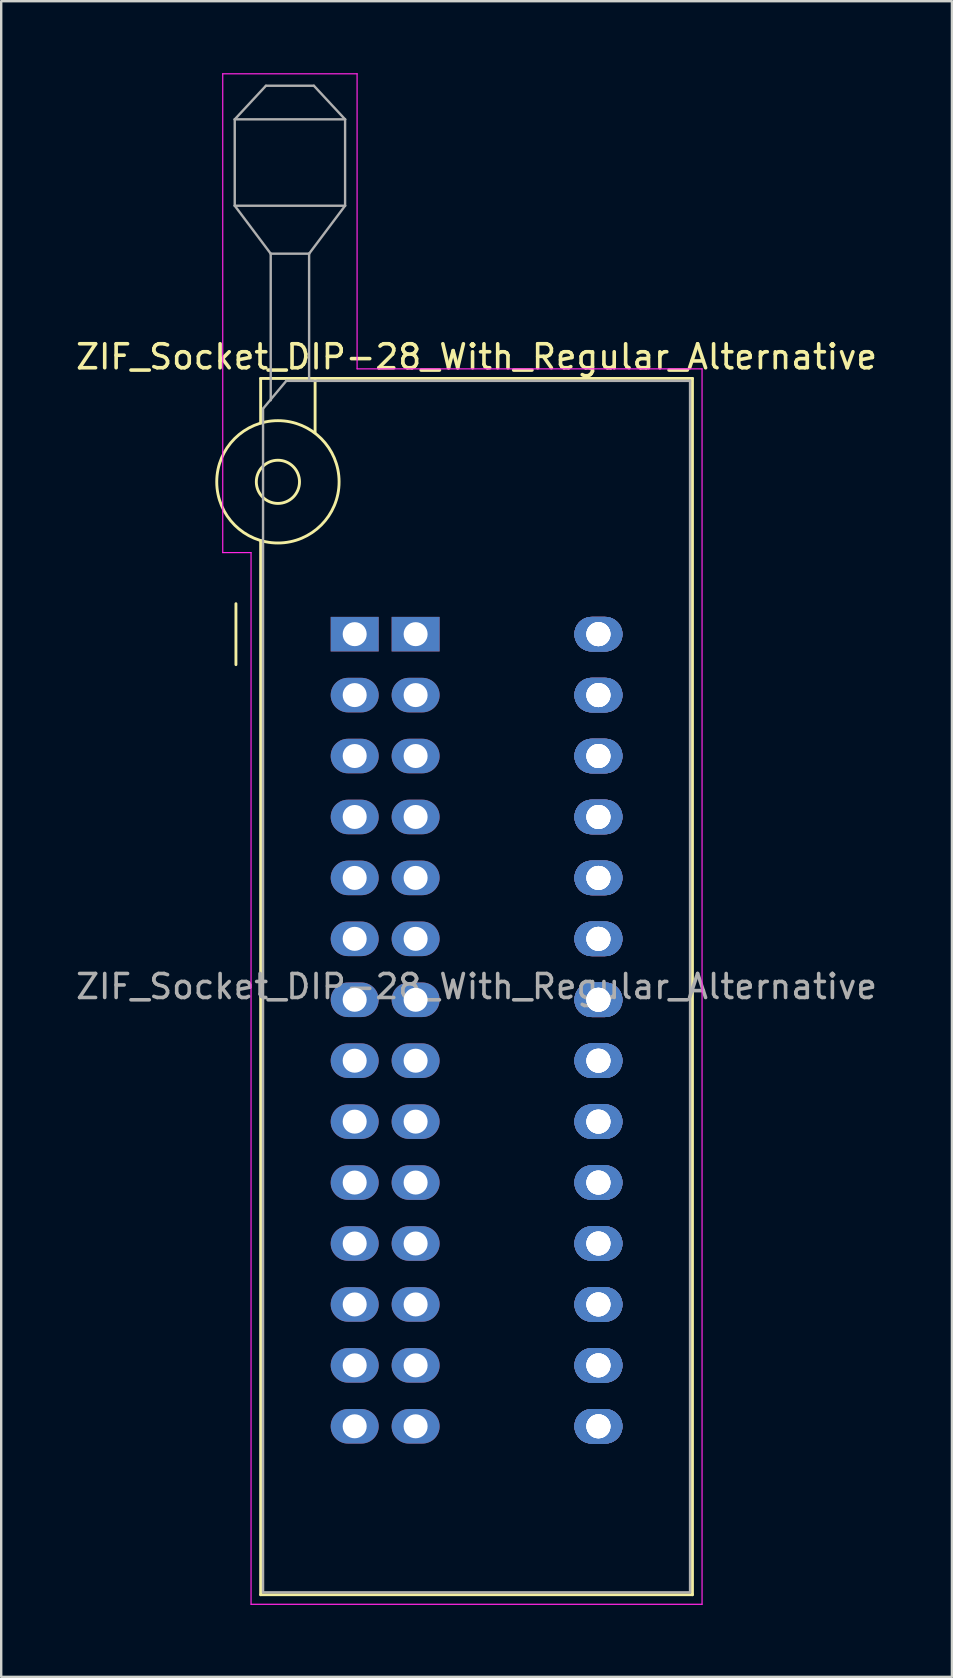
<source format=kicad_pcb>
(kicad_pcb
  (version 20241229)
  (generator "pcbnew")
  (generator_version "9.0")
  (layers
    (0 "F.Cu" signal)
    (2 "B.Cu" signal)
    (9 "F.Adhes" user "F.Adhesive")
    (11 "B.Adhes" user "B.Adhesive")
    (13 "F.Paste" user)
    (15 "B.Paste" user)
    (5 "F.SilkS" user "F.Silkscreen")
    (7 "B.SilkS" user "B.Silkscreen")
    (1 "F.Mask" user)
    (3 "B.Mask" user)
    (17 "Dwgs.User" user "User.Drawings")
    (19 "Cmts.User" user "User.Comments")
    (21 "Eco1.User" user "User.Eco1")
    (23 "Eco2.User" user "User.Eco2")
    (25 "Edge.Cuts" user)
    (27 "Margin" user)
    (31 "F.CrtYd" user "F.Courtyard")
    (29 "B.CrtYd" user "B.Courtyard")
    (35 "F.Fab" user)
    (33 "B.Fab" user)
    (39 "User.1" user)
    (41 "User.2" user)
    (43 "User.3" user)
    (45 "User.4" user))
  (footprint "ZIF_Socket_DIP-28_With_Regular_Alternative"
    (layer "F.Cu")
    (at 11.735 23.385)
    (property "Reference" "ZIF_Socket_DIP-28_With_Regular_Alternative" (at 5.08 -11.56 0) (layer "F.SilkS") (effects (font (size 1 1) (thickness 0.15))))
    (attr through_hole)
    (fp_line (start -4.95 1.27) (end -4.95 -1.27) (stroke (width 0.12) (type solid)) (layer "F.SilkS"))
    (fp_line (start -3.92 -10.66) (end -3.92 -8.8) (stroke (width 0.12) (type solid)) (layer "F.SilkS"))
    (fp_line (start -3.92 -3.9) (end -3.92 40.04) (stroke (width 0.12) (type solid)) (layer "F.SilkS"))
    (fp_line (start -3.92 40.04) (end 14.08 40.04) (stroke (width 0.12) (type solid)) (layer "F.SilkS"))
    (fp_line (start -1.65 -10.66) (end -1.65 -8.4) (stroke (width 0.12) (type solid)) (layer "F.SilkS"))
    (fp_line (start 14.08 -10.66) (end -3.92 -10.66) (stroke (width 0.12) (type solid)) (layer "F.SilkS"))
    (fp_line (start 14.08 40.04) (end 14.08 -10.66) (stroke (width 0.12) (type solid)) (layer "F.SilkS"))
    (fp_circle (center -3.2 -6.35) (end -2.3 -6.35) (stroke (width 0.12) (type solid)) (fill no) (layer "F.SilkS"))
    (fp_circle (center -3.2 -6.35) (end -0.65 -6.35) (stroke (width 0.12) (type solid)) (fill no) (layer "F.SilkS"))
    (fp_line (start -5.5 -23.36) (end 0.1 -23.36) (stroke (width 0.05) (type solid)) (layer "F.CrtYd"))
    (fp_line (start -5.5 -3.4) (end -5.5 -23.36) (stroke (width 0.05) (type solid)) (layer "F.CrtYd"))
    (fp_line (start -4.32 -3.4) (end -5.5 -3.4) (stroke (width 0.05) (type solid)) (layer "F.CrtYd"))
    (fp_line (start -4.32 40.44) (end -4.32 -3.4) (stroke (width 0.05) (type solid)) (layer "F.CrtYd"))
    (fp_line (start 0.1 -23.36) (end 0.1 -11.06) (stroke (width 0.05) (type solid)) (layer "F.CrtYd"))
    (fp_line (start 0.1 -11.06) (end 14.48 -11.06) (stroke (width 0.05) (type solid)) (layer "F.CrtYd"))
    (fp_line (start 14.48 -11.06) (end 14.48 40.44) (stroke (width 0.05) (type solid)) (layer "F.CrtYd"))
    (fp_line (start 14.48 40.44) (end -4.32 40.44) (stroke (width 0.05) (type solid)) (layer "F.CrtYd"))
    (fp_line (start -5 -21.46) (end -5 -17.86) (stroke (width 0.1) (type solid)) (layer "F.Fab"))
    (fp_line (start -5 -21.46) (end -3.7 -22.86) (stroke (width 0.1) (type solid)) (layer "F.Fab"))
    (fp_line (start -5 -17.86) (end -3.5 -15.86) (stroke (width 0.1) (type solid)) (layer "F.Fab"))
    (fp_line (start -5 -17.86) (end -0.4 -17.86) (stroke (width 0.1) (type solid)) (layer "F.Fab"))
    (fp_line (start -3.82 -9.4) (end -2.85 -10.56) (stroke (width 0.1) (type solid)) (layer "F.Fab"))
    (fp_line (start -3.82 39.94) (end -3.82 -9.4) (stroke (width 0.1) (type solid)) (layer "F.Fab"))
    (fp_line (start -3.7 -22.86) (end -1.7 -22.86) (stroke (width 0.1) (type solid)) (layer "F.Fab"))
    (fp_line (start -3.5 -15.86) (end -1.9 -15.86) (stroke (width 0.1) (type solid)) (layer "F.Fab"))
    (fp_line (start -3.5 -9.75) (end -3.5 -15.86) (stroke (width 0.1) (type solid)) (layer "F.Fab"))
    (fp_line (start -2.85 -10.56) (end 13.98 -10.56) (stroke (width 0.1) (type solid)) (layer "F.Fab"))
    (fp_line (start -1.9 -15.86) (end -1.9 -10.56) (stroke (width 0.1) (type solid)) (layer "F.Fab"))
    (fp_line (start -1.7 -22.86) (end -0.4 -21.46) (stroke (width 0.1) (type solid)) (layer "F.Fab"))
    (fp_line (start -0.4 -21.46) (end -5 -21.46) (stroke (width 0.1) (type solid)) (layer "F.Fab"))
    (fp_line (start -0.4 -17.86) (end -1.9 -15.86) (stroke (width 0.1) (type solid)) (layer "F.Fab"))
    (fp_line (start -0.4 -17.86) (end -0.4 -21.46) (stroke (width 0.1) (type solid)) (layer "F.Fab"))
    (fp_line (start 13.98 -10.56) (end 13.98 39.94) (stroke (width 0.1) (type solid)) (layer "F.Fab"))
    (fp_line (start 13.98 39.94) (end -3.82 39.94) (stroke (width 0.1) (type solid)) (layer "F.Fab"))
    (fp_text user "${REFERENCE}" (at 5.08 14.69 0) (layer "F.Fab") (effects (font (size 1 1) (thickness 0.15))))
    (pad "1" thru_hole rect (at 0 0) (size 2 1.44) (drill 1) (layers "*.Cu" "*.Mask"))
    (pad "1" thru_hole rect (at 2.54 0) (size 2 1.44) (drill 1) (layers "*.Cu" "*.Mask"))
    (pad "2" thru_hole oval (at 0 2.54) (size 2 1.44) (drill 1) (layers "*.Cu" "*.Mask"))
    (pad "2" thru_hole oval (at 2.54 2.54) (size 2 1.44) (drill 1) (layers "*.Cu" "*.Mask"))
    (pad "3" thru_hole oval (at 0 5.08) (size 2 1.44) (drill 1) (layers "*.Cu" "*.Mask"))
    (pad "3" thru_hole oval (at 2.54 5.08) (size 2 1.44) (drill 1) (layers "*.Cu" "*.Mask"))
    (pad "4" thru_hole oval (at 0 7.62) (size 2 1.44) (drill 1) (layers "*.Cu" "*.Mask"))
    (pad "4" thru_hole oval (at 2.54 7.62) (size 2 1.44) (drill 1) (layers "*.Cu" "*.Mask"))
    (pad "5" thru_hole oval (at 0 10.16) (size 2 1.44) (drill 1) (layers "*.Cu" "*.Mask"))
    (pad "5" thru_hole oval (at 2.54 10.16) (size 2 1.44) (drill 1) (layers "*.Cu" "*.Mask"))
    (pad "6" thru_hole oval (at 0 12.7) (size 2 1.44) (drill 1) (layers "*.Cu" "*.Mask"))
    (pad "6" thru_hole oval (at 2.54 12.7) (size 2 1.44) (drill 1) (layers "*.Cu" "*.Mask"))
    (pad "7" thru_hole oval (at 0 15.24) (size 2 1.44) (drill 1) (layers "*.Cu" "*.Mask"))
    (pad "7" thru_hole oval (at 2.54 15.24) (size 2 1.44) (drill 1) (layers "*.Cu" "*.Mask"))
    (pad "8" thru_hole oval (at 0 17.78) (size 2 1.44) (drill 1) (layers "*.Cu" "*.Mask"))
    (pad "8" thru_hole oval (at 2.54 17.78) (size 2 1.44) (drill 1) (layers "*.Cu" "*.Mask"))
    (pad "9" thru_hole oval (at 0 20.32) (size 2 1.44) (drill 1) (layers "*.Cu" "*.Mask"))
    (pad "9" thru_hole oval (at 2.54 20.32) (size 2 1.44) (drill 1) (layers "*.Cu" "*.Mask"))
    (pad "10" thru_hole oval (at 0 22.86) (size 2 1.44) (drill 1) (layers "*.Cu" "*.Mask"))
    (pad "10" thru_hole oval (at 2.54 22.86) (size 2 1.44) (drill 1) (layers "*.Cu" "*.Mask"))
    (pad "11" thru_hole oval (at 0 25.4) (size 2 1.44) (drill 1) (layers "*.Cu" "*.Mask"))
    (pad "11" thru_hole oval (at 2.54 25.4) (size 2 1.44) (drill 1) (layers "*.Cu" "*.Mask"))
    (pad "12" thru_hole oval (at 0 27.94) (size 2 1.44) (drill 1) (layers "*.Cu" "*.Mask"))
    (pad "12" thru_hole oval (at 2.54 27.94) (size 2 1.44) (drill 1) (layers "*.Cu" "*.Mask"))
    (pad "13" thru_hole oval (at 0 30.48) (size 2 1.44) (drill 1) (layers "*.Cu" "*.Mask"))
    (pad "13" thru_hole oval (at 2.54 30.48) (size 2 1.44) (drill 1) (layers "*.Cu" "*.Mask"))
    (pad "14" thru_hole oval (at 0 33.02) (size 2 1.44) (drill 1) (layers "*.Cu" "*.Mask"))
    (pad "14" thru_hole oval (at 2.54 33.02) (size 2 1.44) (drill 1) (layers "*.Cu" "*.Mask"))
    (pad "15" thru_hole oval (at 10.16 33.02) (size 2 1.44) (drill 1) (layers "*.Cu" "*.Mask"))
    (pad "15" thru_hole oval (at 10.16 33.02) (size 2 1.44) (drill 1) (layers "*.Cu" "*.Mask"))
    (pad "15" thru_hole oval (at 10.16 33.02) (size 2 1.44) (drill 1) (layers "*.Cu" "*.Mask"))
    (pad "15" thru_hole oval (at 10.16 33.02) (size 2 1.44) (drill 1) (layers "*.Cu" "*.Mask"))
    (pad "16" thru_hole oval (at 10.16 30.48) (size 2 1.44) (drill 1) (layers "*.Cu" "*.Mask"))
    (pad "16" thru_hole oval (at 10.16 30.48) (size 2 1.44) (drill 1) (layers "*.Cu" "*.Mask"))
    (pad "16" thru_hole oval (at 10.16 30.48) (size 2 1.44) (drill 1) (layers "*.Cu" "*.Mask"))
    (pad "16" thru_hole oval (at 10.16 30.48) (size 2 1.44) (drill 1) (layers "*.Cu" "*.Mask"))
    (pad "17" thru_hole oval (at 10.16 27.94) (size 2 1.44) (drill 1) (layers "*.Cu" "*.Mask"))
    (pad "17" thru_hole oval (at 10.16 27.94) (size 2 1.44) (drill 1) (layers "*.Cu" "*.Mask"))
    (pad "17" thru_hole oval (at 10.16 27.94) (size 2 1.44) (drill 1) (layers "*.Cu" "*.Mask"))
    (pad "17" thru_hole oval (at 10.16 27.94) (size 2 1.44) (drill 1) (layers "*.Cu" "*.Mask"))
    (pad "18" thru_hole oval (at 10.16 25.4) (size 2 1.44) (drill 1) (layers "*.Cu" "*.Mask"))
    (pad "18" thru_hole oval (at 10.16 25.4) (size 2 1.44) (drill 1) (layers "*.Cu" "*.Mask"))
    (pad "18" thru_hole oval (at 10.16 25.4) (size 2 1.44) (drill 1) (layers "*.Cu" "*.Mask"))
    (pad "18" thru_hole oval (at 10.16 25.4) (size 2 1.44) (drill 1) (layers "*.Cu" "*.Mask"))
    (pad "19" thru_hole oval (at 10.16 22.86) (size 2 1.44) (drill 1) (layers "*.Cu" "*.Mask"))
    (pad "19" thru_hole oval (at 10.16 22.86) (size 2 1.44) (drill 1) (layers "*.Cu" "*.Mask"))
    (pad "19" thru_hole oval (at 10.16 22.86) (size 2 1.44) (drill 1) (layers "*.Cu" "*.Mask"))
    (pad "19" thru_hole oval (at 10.16 22.86) (size 2 1.44) (drill 1) (layers "*.Cu" "*.Mask"))
    (pad "20" thru_hole oval (at 10.16 20.32) (size 2 1.44) (drill 1) (layers "*.Cu" "*.Mask"))
    (pad "20" thru_hole oval (at 10.16 20.32) (size 2 1.44) (drill 1) (layers "*.Cu" "*.Mask"))
    (pad "20" thru_hole oval (at 10.16 20.32) (size 2 1.44) (drill 1) (layers "*.Cu" "*.Mask"))
    (pad "20" thru_hole oval (at 10.16 20.32) (size 2 1.44) (drill 1) (layers "*.Cu" "*.Mask"))
    (pad "21" thru_hole oval (at 10.16 17.78) (size 2 1.44) (drill 1) (layers "*.Cu" "*.Mask"))
    (pad "21" thru_hole oval (at 10.16 17.78) (size 2 1.44) (drill 1) (layers "*.Cu" "*.Mask"))
    (pad "21" thru_hole oval (at 10.16 17.78) (size 2 1.44) (drill 1) (layers "*.Cu" "*.Mask"))
    (pad "21" thru_hole oval (at 10.16 17.78) (size 2 1.44) (drill 1) (layers "*.Cu" "*.Mask"))
    (pad "22" thru_hole oval (at 10.16 15.24) (size 2 1.44) (drill 1) (layers "*.Cu" "*.Mask"))
    (pad "22" thru_hole oval (at 10.16 15.24) (size 2 1.44) (drill 1) (layers "*.Cu" "*.Mask"))
    (pad "22" thru_hole oval (at 10.16 15.24) (size 2 1.44) (drill 1) (layers "*.Cu" "*.Mask"))
    (pad "22" thru_hole oval (at 10.16 15.24) (size 2 1.44) (drill 1) (layers "*.Cu" "*.Mask"))
    (pad "23" thru_hole oval (at 10.16 12.7) (size 2 1.44) (drill 1) (layers "*.Cu" "*.Mask"))
    (pad "23" thru_hole oval (at 10.16 12.7) (size 2 1.44) (drill 1) (layers "*.Cu" "*.Mask"))
    (pad "23" thru_hole oval (at 10.16 12.7) (size 2 1.44) (drill 1) (layers "*.Cu" "*.Mask"))
    (pad "23" thru_hole oval (at 10.16 12.7) (size 2 1.44) (drill 1) (layers "*.Cu" "*.Mask"))
    (pad "24" thru_hole oval (at 10.16 10.16) (size 2 1.44) (drill 1) (layers "*.Cu" "*.Mask"))
    (pad "24" thru_hole oval (at 10.16 10.16) (size 2 1.44) (drill 1) (layers "*.Cu" "*.Mask"))
    (pad "24" thru_hole oval (at 10.16 10.16) (size 2 1.44) (drill 1) (layers "*.Cu" "*.Mask"))
    (pad "24" thru_hole oval (at 10.16 10.16) (size 2 1.44) (drill 1) (layers "*.Cu" "*.Mask"))
    (pad "25" thru_hole oval (at 10.16 7.62) (size 2 1.44) (drill 1) (layers "*.Cu" "*.Mask"))
    (pad "25" thru_hole oval (at 10.16 7.62) (size 2 1.44) (drill 1) (layers "*.Cu" "*.Mask"))
    (pad "25" thru_hole oval (at 10.16 7.62) (size 2 1.44) (drill 1) (layers "*.Cu" "*.Mask"))
    (pad "25" thru_hole oval (at 10.16 7.62) (size 2 1.44) (drill 1) (layers "*.Cu" "*.Mask"))
    (pad "26" thru_hole oval (at 10.16 5.08) (size 2 1.44) (drill 1) (layers "*.Cu" "*.Mask"))
    (pad "26" thru_hole oval (at 10.16 5.08) (size 2 1.44) (drill 1) (layers "*.Cu" "*.Mask"))
    (pad "26" thru_hole oval (at 10.16 5.08) (size 2 1.44) (drill 1) (layers "*.Cu" "*.Mask"))
    (pad "26" thru_hole oval (at 10.16 5.08) (size 2 1.44) (drill 1) (layers "*.Cu" "*.Mask"))
    (pad "27" thru_hole oval (at 10.16 2.54) (size 2 1.44) (drill 1) (layers "*.Cu" "*.Mask"))
    (pad "27" thru_hole oval (at 10.16 2.54) (size 2 1.44) (drill 1) (layers "*.Cu" "*.Mask"))
    (pad "27" thru_hole oval (at 10.16 2.54) (size 2 1.44) (drill 1) (layers "*.Cu" "*.Mask"))
    (pad "27" thru_hole oval (at 10.16 2.54) (size 2 1.44) (drill 1) (layers "*.Cu" "*.Mask"))
    (pad "28" thru_hole oval (at 10.16 0) (size 2 1.44) (drill 1) (layers "*.Cu" "*.Mask"))
    (pad "28" thru_hole oval (at 10.16 0) (size 2 1.44) (drill 1) (layers "*.Cu" "*.Mask"))
    (pad "28" thru_hole oval (at 10.16 0) (size 2 1.44) (drill 1) (layers "*.Cu" "*.Mask"))
    (pad "28" thru_hole oval (at 10.16 0) (size 2 1.44) (drill 1) (layers "*.Cu" "*.Mask")))
  (gr_rect
    (start -3 -3)
    (end 36.631 66.85)
    (stroke (width 0.1) (type default))
    (fill no)
    (layer "Edge.Cuts")))
</source>
